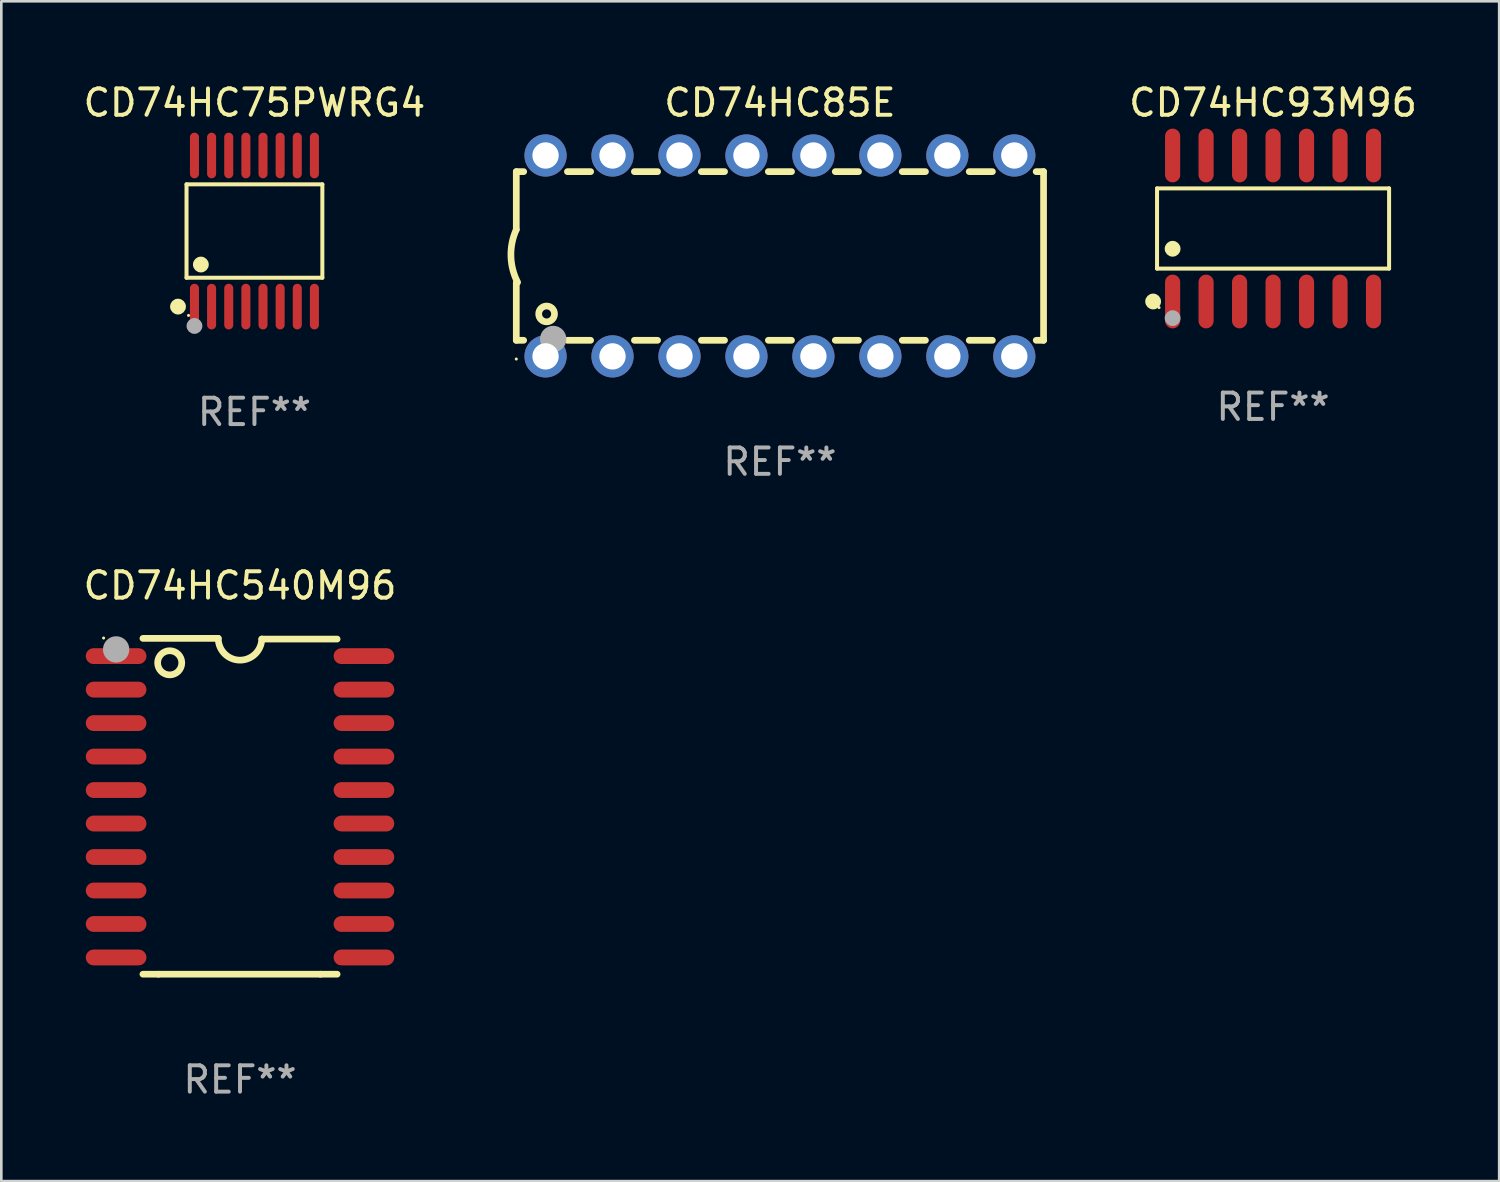
<source format=kicad_pcb>
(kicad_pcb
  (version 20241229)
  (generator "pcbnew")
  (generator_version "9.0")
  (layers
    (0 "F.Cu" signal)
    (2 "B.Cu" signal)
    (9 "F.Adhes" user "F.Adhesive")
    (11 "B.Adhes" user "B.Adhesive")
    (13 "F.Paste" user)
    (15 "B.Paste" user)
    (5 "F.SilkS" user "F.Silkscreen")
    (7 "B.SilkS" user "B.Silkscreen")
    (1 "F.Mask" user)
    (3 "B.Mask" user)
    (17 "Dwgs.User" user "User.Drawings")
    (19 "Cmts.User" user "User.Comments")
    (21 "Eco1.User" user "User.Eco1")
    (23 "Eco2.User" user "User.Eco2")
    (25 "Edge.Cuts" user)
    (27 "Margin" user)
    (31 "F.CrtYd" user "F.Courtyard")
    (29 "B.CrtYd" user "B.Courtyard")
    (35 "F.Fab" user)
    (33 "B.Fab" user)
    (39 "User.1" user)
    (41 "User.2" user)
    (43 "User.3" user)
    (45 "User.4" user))
  (footprint "CD74HC540M96"
    (layer "F.Cu")
    (at 6.054 27.533)
    (property "Reference" "CD74HC540M96" (at 0 -8.369 0) (layer "F.SilkS") (effects (font (size 1 1) (thickness 0.15))))
    (attr through_hole)
    (fp_line (start -3.096 6.369) (end -3.683 6.369) (stroke (width 0.254) (type solid)) (layer "F.SilkS"))
    (fp_line (start -0.825 -6.369) (end -3.683 -6.369) (stroke (width 0.254) (type solid)) (layer "F.SilkS"))
    (fp_line (start 0.826 -6.343) (end 3.683 -6.343) (stroke (width 0.254) (type solid)) (layer "F.SilkS"))
    (fp_line (start 3.048 6.369) (end -3.096 6.369) (stroke (width 0.254) (type solid)) (layer "F.SilkS"))
    (fp_line (start 3.048 6.369) (end 3.683 6.369) (stroke (width 0.254) (type solid)) (layer "F.SilkS"))
    (fp_arc (start 0.825527 -6.343129) (mid -0.012478 -5.543126) (end -0.825476 -6.36853) (stroke (width 0.254001) (type solid)) (layer "F.SilkS"))
    (fp_circle (center -5.175 -6.382) (end -5.145 -6.382) (stroke (width 0.06) (type solid)) (fill no) (layer "F.SilkS"))
    (fp_circle (center -2.667 -5.442) (end -2.209 -5.442) (stroke (width 0.254) (type solid)) (fill no) (layer "F.SilkS"))
    (fp_circle (center -4.699 -5.95) (end -4.449 -5.95) (stroke (width 0.5) (type solid)) (fill no) (layer "F.Fab"))
    (fp_text user "REF**" (at 0 10.369 0) (layer "F.Fab") (effects (font (size 1 1) (thickness 0.15))))
    (pad "1" smd oval (at -4.7 -5.696 90) (size 0.6 2.3) (layers "F.Cu" "F.Mask" "F.Paste"))
    (pad "2" smd oval (at -4.7 -4.426 90) (size 0.6 2.3) (layers "F.Cu" "F.Mask" "F.Paste"))
    (pad "3" smd oval (at -4.7 -3.156 90) (size 0.6 2.3) (layers "F.Cu" "F.Mask" "F.Paste"))
    (pad "4" smd oval (at -4.7 -1.886 90) (size 0.6 2.3) (layers "F.Cu" "F.Mask" "F.Paste"))
    (pad "5" smd oval (at -4.7 -0.616 90) (size 0.6 2.3) (layers "F.Cu" "F.Mask" "F.Paste"))
    (pad "6" smd oval (at -4.7 0.654 90) (size 0.6 2.3) (layers "F.Cu" "F.Mask" "F.Paste"))
    (pad "7" smd oval (at -4.7 1.924 90) (size 0.6 2.3) (layers "F.Cu" "F.Mask" "F.Paste"))
    (pad "8" smd oval (at -4.7 3.194 90) (size 0.6 2.3) (layers "F.Cu" "F.Mask" "F.Paste"))
    (pad "9" smd oval (at -4.7 4.464 90) (size 0.6 2.3) (layers "F.Cu" "F.Mask" "F.Paste"))
    (pad "10" smd oval (at -4.7 5.734 90) (size 0.6 2.3) (layers "F.Cu" "F.Mask" "F.Paste"))
    (pad "11" smd oval (at 4.7 5.734 90) (size 0.6 2.3) (layers "F.Cu" "F.Mask" "F.Paste"))
    (pad "12" smd oval (at 4.7 4.464 90) (size 0.6 2.3) (layers "F.Cu" "F.Mask" "F.Paste"))
    (pad "13" smd oval (at 4.7 3.194 90) (size 0.6 2.3) (layers "F.Cu" "F.Mask" "F.Paste"))
    (pad "14" smd oval (at 4.7 1.924 90) (size 0.6 2.3) (layers "F.Cu" "F.Mask" "F.Paste"))
    (pad "15" smd oval (at 4.7 0.654 90) (size 0.6 2.3) (layers "F.Cu" "F.Mask" "F.Paste"))
    (pad "16" smd oval (at 4.7 -0.616 90) (size 0.6 2.3) (layers "F.Cu" "F.Mask" "F.Paste"))
    (pad "17" smd oval (at 4.7 -1.886 90) (size 0.6 2.3) (layers "F.Cu" "F.Mask" "F.Paste"))
    (pad "18" smd oval (at 4.7 -3.156 90) (size 0.6 2.3) (layers "F.Cu" "F.Mask" "F.Paste"))
    (pad "19" smd oval (at 4.7 -4.426 90) (size 0.6 2.3) (layers "F.Cu" "F.Mask" "F.Paste"))
    (pad "20" smd oval (at 4.7 -5.696 90) (size 0.6 2.3) (layers "F.Cu" "F.Mask" "F.Paste")))
  (footprint "CD74HC85E"
    (layer "F.Cu")
    (at 26.533 6.658)
    (property "Reference" "CD74HC85E" (at 0 -5.81 0) (layer "F.SilkS") (effects (font (size 1 1) (thickness 0.15))))
    (attr through_hole)
    (fp_line (start -10 -3.198) (end -9.719 -3.198) (stroke (width 0.254) (type solid)) (layer "F.SilkS"))
    (fp_line (start -10 -0.998) (end -10 -3.198) (stroke (width 0.254) (type solid)) (layer "F.SilkS"))
    (fp_line (start -10 3.2) (end -10 1) (stroke (width 0.254) (type solid)) (layer "F.SilkS"))
    (fp_line (start -10 3.2) (end -9.721 3.2) (stroke (width 0.254) (type solid)) (layer "F.SilkS"))
    (fp_line (start -8.061 -3.198) (end -7.179 -3.198) (stroke (width 0.254) (type solid)) (layer "F.SilkS"))
    (fp_line (start -8.059 3.2) (end -7.181 3.2) (stroke (width 0.254) (type solid)) (layer "F.SilkS"))
    (fp_line (start -5.521 -3.198) (end -4.639 -3.198) (stroke (width 0.254) (type solid)) (layer "F.SilkS"))
    (fp_line (start -5.519 3.2) (end -4.641 3.2) (stroke (width 0.254) (type solid)) (layer "F.SilkS"))
    (fp_line (start -2.981 -3.198) (end -2.099 -3.198) (stroke (width 0.254) (type solid)) (layer "F.SilkS"))
    (fp_line (start -2.979 3.2) (end -2.101 3.2) (stroke (width 0.254) (type solid)) (layer "F.SilkS"))
    (fp_line (start -0.441 -3.198) (end 0.441 -3.198) (stroke (width 0.254) (type solid)) (layer "F.SilkS"))
    (fp_line (start -0.439 3.2) (end 0.439 3.2) (stroke (width 0.254) (type solid)) (layer "F.SilkS"))
    (fp_line (start 2.099 -3.198) (end 2.981 -3.198) (stroke (width 0.254) (type solid)) (layer "F.SilkS"))
    (fp_line (start 2.101 3.2) (end 2.979 3.2) (stroke (width 0.254) (type solid)) (layer "F.SilkS"))
    (fp_line (start 4.639 -3.198) (end 5.521 -3.198) (stroke (width 0.254) (type solid)) (layer "F.SilkS"))
    (fp_line (start 4.641 3.2) (end 5.519 3.2) (stroke (width 0.254) (type solid)) (layer "F.SilkS"))
    (fp_line (start 7.179 -3.198) (end 8.061 -3.198) (stroke (width 0.254) (type solid)) (layer "F.SilkS"))
    (fp_line (start 7.181 3.2) (end 8.059 3.2) (stroke (width 0.254) (type solid)) (layer "F.SilkS"))
    (fp_line (start 9.719 -3.198) (end 10 -3.198) (stroke (width 0.254) (type solid)) (layer "F.SilkS"))
    (fp_line (start 9.721 3.2) (end 10 3.2) (stroke (width 0.254) (type solid)) (layer "F.SilkS"))
    (fp_line (start 10 3.2) (end 10 -3.2) (stroke (width 0.254) (type solid)) (layer "F.SilkS"))
    (fp_arc (start -9.949962 1) (mid -10.203153 0.005709) (end -10 -1) (stroke (width 0.254001) (type solid)) (layer "F.SilkS"))
    (fp_circle (center -10 3.91) (end -9.97 3.91) (stroke (width 0.06) (type solid)) (fill no) (layer "F.SilkS"))
    (fp_circle (center -8.85 2.2) (end -8.55 2.2) (stroke (width 0.254) (type solid)) (fill no) (layer "F.SilkS"))
    (fp_circle (center -8.6 3.15) (end -8.35 3.15) (stroke (width 0.5) (type solid)) (fill no) (layer "F.Fab"))
    (fp_text user "REF**" (at 0 7.81 0) (layer "F.Fab") (effects (font (size 1 1) (thickness 0.15))))
    (pad "1" thru_hole circle (at -8.89 3.81) (size 1.6 1.6) (drill 1) (layers "*.Cu" "*.Mask"))
    (pad "2" thru_hole circle (at -6.35 3.81) (size 1.6 1.6) (drill 1) (layers "*.Cu" "*.Mask"))
    (pad "3" thru_hole circle (at -3.81 3.81) (size 1.6 1.6) (drill 1) (layers "*.Cu" "*.Mask"))
    (pad "4" thru_hole circle (at -1.27 3.81) (size 1.6 1.6) (drill 1) (layers "*.Cu" "*.Mask"))
    (pad "5" thru_hole circle (at 1.27 3.81) (size 1.6 1.6) (drill 1) (layers "*.Cu" "*.Mask"))
    (pad "6" thru_hole circle (at 3.81 3.81) (size 1.6 1.6) (drill 1) (layers "*.Cu" "*.Mask"))
    (pad "7" thru_hole circle (at 6.35 3.81) (size 1.6 1.6) (drill 1) (layers "*.Cu" "*.Mask"))
    (pad "8" thru_hole circle (at 8.89 3.81) (size 1.6 1.6) (drill 1) (layers "*.Cu" "*.Mask"))
    (pad "9" thru_hole circle (at 8.89 -3.81) (size 1.6 1.6) (drill 1) (layers "*.Cu" "*.Mask"))
    (pad "10" thru_hole circle (at 6.35 -3.81) (size 1.6 1.6) (drill 1) (layers "*.Cu" "*.Mask"))
    (pad "11" thru_hole circle (at 3.81 -3.81) (size 1.6 1.6) (drill 1) (layers "*.Cu" "*.Mask"))
    (pad "12" thru_hole circle (at 1.27 -3.81) (size 1.6 1.6) (drill 1) (layers "*.Cu" "*.Mask"))
    (pad "13" thru_hole circle (at -1.27 -3.81) (size 1.6 1.6) (drill 1) (layers "*.Cu" "*.Mask"))
    (pad "14" thru_hole circle (at -3.81 -3.81) (size 1.6 1.6) (drill 1) (layers "*.Cu" "*.Mask"))
    (pad "15" thru_hole circle (at -6.35 -3.81) (size 1.6 1.6) (drill 1) (layers "*.Cu" "*.Mask"))
    (pad "16" thru_hole circle (at -8.89 -3.81) (size 1.6 1.6) (drill 1) (layers "*.Cu" "*.Mask")))
  (footprint "CD74HC75PWRG4"
    (layer "F.Cu")
    (at 6.601 5.714)
    (property "Reference" "CD74HC75PWRG4" (at 0 -4.866 0) (layer "F.SilkS") (effects (font (size 1 1) (thickness 0.15))))
    (attr through_hole)
    (fp_line (start -2.576 -1.772) (end 2.576 -1.772) (stroke (width 0.152) (type solid)) (layer "F.SilkS"))
    (fp_line (start -2.576 1.771) (end -2.576 -1.772) (stroke (width 0.152) (type solid)) (layer "F.SilkS"))
    (fp_line (start 2.576 -1.772) (end 2.576 1.771) (stroke (width 0.152) (type solid)) (layer "F.SilkS"))
    (fp_line (start 2.576 1.771) (end -2.576 1.771) (stroke (width 0.152) (type solid)) (layer "F.SilkS"))
    (fp_circle (center -2.899 2.866) (end -2.749 2.866) (stroke (width 0.3) (type solid)) (fill no) (layer "F.SilkS"))
    (fp_circle (center -2.5 3.2) (end -2.47 3.2) (stroke (width 0.06) (type solid)) (fill no) (layer "F.SilkS"))
    (fp_circle (center -2.032 1.27) (end -1.882 1.27) (stroke (width 0.3) (type solid)) (fill no) (layer "F.SilkS"))
    (fp_circle (center -2.275 3.6) (end -2.125 3.6) (stroke (width 0.3) (type solid)) (fill no) (layer "F.Fab"))
    (fp_text user "REF**" (at 0 6.866 0) (layer "F.Fab") (effects (font (size 1 1) (thickness 0.15))))
    (pad "1" smd oval (at -2.275 2.866) (size 0.343 1.731) (layers "F.Cu" "F.Mask" "F.Paste"))
    (pad "2" smd oval (at -1.625 2.866) (size 0.343 1.731) (layers "F.Cu" "F.Mask" "F.Paste"))
    (pad "3" smd oval (at -0.975 2.866) (size 0.343 1.731) (layers "F.Cu" "F.Mask" "F.Paste"))
    (pad "4" smd oval (at -0.325 2.866) (size 0.343 1.731) (layers "F.Cu" "F.Mask" "F.Paste"))
    (pad "5" smd oval (at 0.325 2.866) (size 0.343 1.731) (layers "F.Cu" "F.Mask" "F.Paste"))
    (pad "6" smd oval (at 0.975 2.866) (size 0.343 1.731) (layers "F.Cu" "F.Mask" "F.Paste"))
    (pad "7" smd oval (at 1.625 2.866) (size 0.343 1.731) (layers "F.Cu" "F.Mask" "F.Paste"))
    (pad "8" smd oval (at 2.275 2.866) (size 0.343 1.731) (layers "F.Cu" "F.Mask" "F.Paste"))
    (pad "9" smd oval (at 2.275 -2.866) (size 0.343 1.731) (layers "F.Cu" "F.Mask" "F.Paste"))
    (pad "10" smd oval (at 1.625 -2.866) (size 0.343 1.731) (layers "F.Cu" "F.Mask" "F.Paste"))
    (pad "11" smd oval (at 0.975 -2.866) (size 0.343 1.731) (layers "F.Cu" "F.Mask" "F.Paste"))
    (pad "12" smd oval (at 0.325 -2.866) (size 0.343 1.731) (layers "F.Cu" "F.Mask" "F.Paste"))
    (pad "13" smd oval (at -0.325 -2.866) (size 0.343 1.731) (layers "F.Cu" "F.Mask" "F.Paste"))
    (pad "14" smd oval (at -0.975 -2.866) (size 0.343 1.731) (layers "F.Cu" "F.Mask" "F.Paste"))
    (pad "15" smd oval (at -1.625 -2.866) (size 0.343 1.731) (layers "F.Cu" "F.Mask" "F.Paste"))
    (pad "16" smd oval (at -2.275 -2.866) (size 0.343 1.731) (layers "F.Cu" "F.Mask" "F.Paste")))
  (footprint "CD74HC93M96"
    (layer "F.Cu")
    (at 45.238 5.617)
    (property "Reference" "CD74HC93M96" (at 0 -4.769 0) (layer "F.SilkS") (effects (font (size 1 1) (thickness 0.15))))
    (attr through_hole)
    (fp_line (start -4.401 -1.521) (end 4.401 -1.521) (stroke (width 0.152) (type solid)) (layer "F.SilkS"))
    (fp_line (start -4.401 1.521) (end -4.401 -1.521) (stroke (width 0.152) (type solid)) (layer "F.SilkS"))
    (fp_line (start 4.401 -1.521) (end 4.401 1.521) (stroke (width 0.152) (type solid)) (layer "F.SilkS"))
    (fp_line (start 4.401 1.521) (end -4.401 1.521) (stroke (width 0.152) (type solid)) (layer "F.SilkS"))
    (fp_circle (center -4.549 2.769) (end -4.399 2.769) (stroke (width 0.3) (type solid)) (fill no) (layer "F.SilkS"))
    (fp_circle (center -4.325 3) (end -4.295 3) (stroke (width 0.06) (type solid)) (fill no) (layer "F.SilkS"))
    (fp_circle (center -3.81 0.769) (end -3.66 0.769) (stroke (width 0.3) (type solid)) (fill no) (layer "F.SilkS"))
    (fp_circle (center -3.81 3.4) (end -3.66 3.4) (stroke (width 0.3) (type solid)) (fill no) (layer "F.Fab"))
    (fp_text user "REF**" (at 0 6.769 0) (layer "F.Fab") (effects (font (size 1 1) (thickness 0.15))))
    (pad "1" smd oval (at -3.81 2.769) (size 0.574 2.038) (layers "F.Cu" "F.Mask" "F.Paste"))
    (pad "2" smd oval (at -2.54 2.769) (size 0.574 2.038) (layers "F.Cu" "F.Mask" "F.Paste"))
    (pad "3" smd oval (at -1.27 2.769) (size 0.574 2.038) (layers "F.Cu" "F.Mask" "F.Paste"))
    (pad "4" smd oval (at 0 2.769) (size 0.574 2.038) (layers "F.Cu" "F.Mask" "F.Paste"))
    (pad "5" smd oval (at 1.27 2.769) (size 0.574 2.038) (layers "F.Cu" "F.Mask" "F.Paste"))
    (pad "6" smd oval (at 2.54 2.769) (size 0.574 2.038) (layers "F.Cu" "F.Mask" "F.Paste"))
    (pad "7" smd oval (at 3.81 2.769) (size 0.574 2.038) (layers "F.Cu" "F.Mask" "F.Paste"))
    (pad "8" smd oval (at 3.81 -2.769) (size 0.574 2.038) (layers "F.Cu" "F.Mask" "F.Paste"))
    (pad "9" smd oval (at 2.54 -2.769) (size 0.574 2.038) (layers "F.Cu" "F.Mask" "F.Paste"))
    (pad "10" smd oval (at 1.27 -2.769) (size 0.574 2.038) (layers "F.Cu" "F.Mask" "F.Paste"))
    (pad "11" smd oval (at 0 -2.769) (size 0.574 2.038) (layers "F.Cu" "F.Mask" "F.Paste"))
    (pad "12" smd oval (at -1.27 -2.769) (size 0.574 2.038) (layers "F.Cu" "F.Mask" "F.Paste"))
    (pad "13" smd oval (at -2.54 -2.769) (size 0.574 2.038) (layers "F.Cu" "F.Mask" "F.Paste"))
    (pad "14" smd oval (at -3.81 -2.769) (size 0.574 2.038) (layers "F.Cu" "F.Mask" "F.Paste")))
  (gr_rect
    (start -3 -3)
    (end 53.815 41.75)
    (stroke (width 0.1) (type default))
    (fill no)
    (layer "Edge.Cuts")))
</source>
